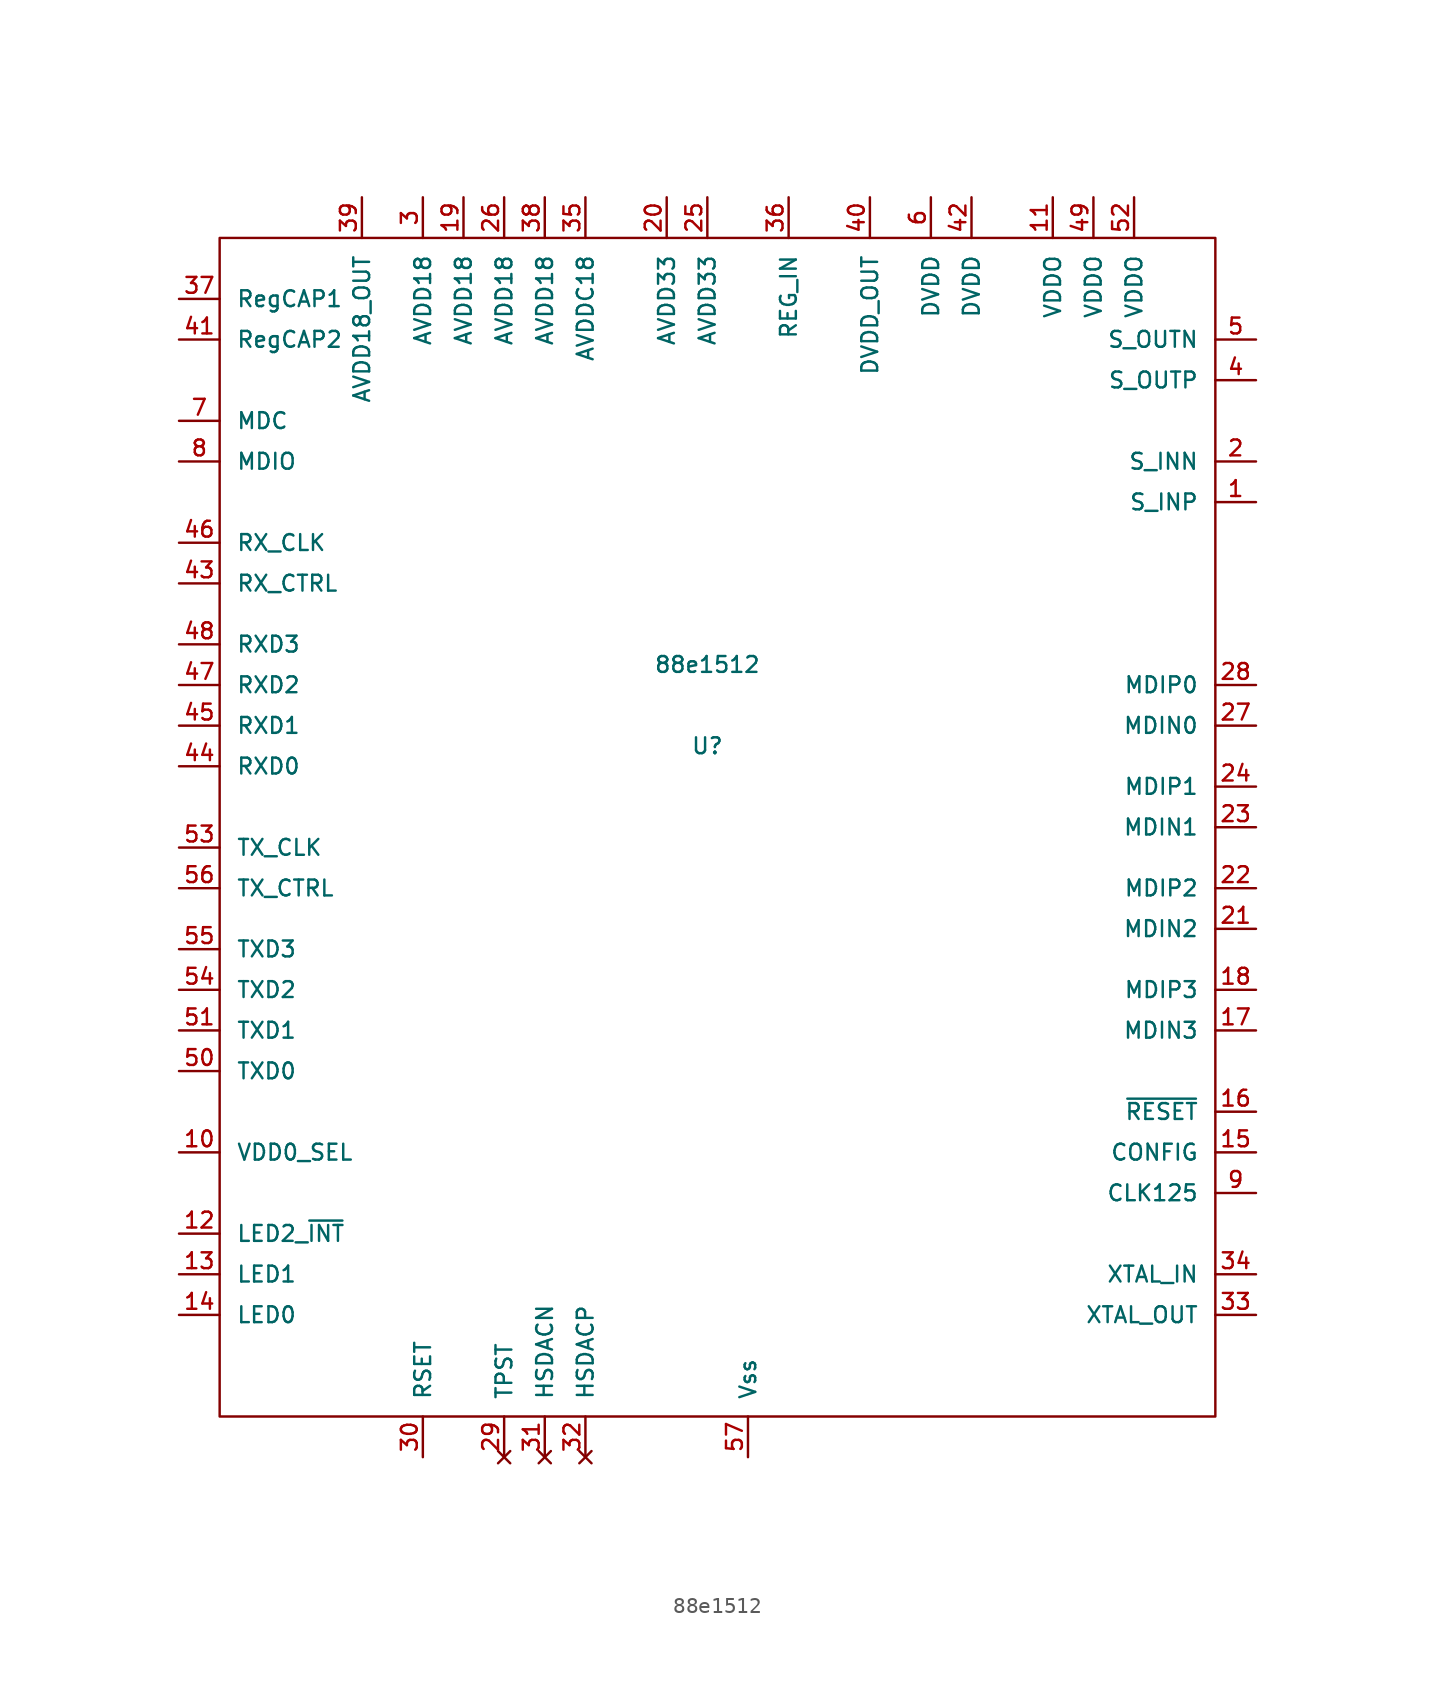
<source format=kicad_sym>
(kicad_symbol_lib
  (version 20211014)
  (generator kicad_symbol_editor)
  (symbol "88e1512"
    (pin_names
      (offset 1.016))
    (property "Reference" "U"
      (at 0 1.27 0)
      (effects (font (size 0.991 0.991))))
    (property "Value" "88e1512"
      (at 0 6.35 0)
      (effects (font (size 0.991 0.991))))
    (symbol "88e1512_0_1"
      (rectangle (start -30.48 33.02) (end 31.75 -40.64) (stroke (width 0) (type default) (color 0 0 0 0)) (fill (type none))))
    (symbol "88e1512_1_1"
      (pin input line (at 34.29 16.51 180) (length 2.54) (name "S_INP" (effects (font (size 0.991 0.991)))) (number "1" (effects (font (size 0.991 0.991)))))
      (pin input line (at -33.02 -24.13 0) (length 2.54) (name "VDD0_SEL" (effects (font (size 0.991 0.991)))) (number "10" (effects (font (size 0.991 0.991)))))
      (pin power_in line (at 21.59 35.56 270) (length 2.54) (name "VDDO" (effects (font (size 0.991 0.991)))) (number "11" (effects (font (size 0.991 0.991)))))
      (pin bidirectional line (at -33.02 -29.21 0) (length 2.54) (name "LED2_~{INT}" (effects (font (size 0.991 0.991)))) (number "12" (effects (font (size 0.991 0.991)))))
      (pin bidirectional line (at -33.02 -31.75 0) (length 2.54) (name "LED1" (effects (font (size 0.991 0.991)))) (number "13" (effects (font (size 0.991 0.991)))))
      (pin bidirectional line (at -33.02 -34.29 0) (length 2.54) (name "LED0" (effects (font (size 0.991 0.991)))) (number "14" (effects (font (size 0.991 0.991)))))
      (pin input line (at 34.29 -24.13 180) (length 2.54) (name "CONFIG" (effects (font (size 0.991 0.991)))) (number "15" (effects (font (size 0.991 0.991)))))
      (pin input line (at 34.29 -21.59 180) (length 2.54) (name "~{RESET}" (effects (font (size 0.991 0.991)))) (number "16" (effects (font (size 0.991 0.991)))))
      (pin bidirectional line (at 34.29 -16.51 180) (length 2.54) (name "MDIN3" (effects (font (size 0.991 0.991)))) (number "17" (effects (font (size 0.991 0.991)))))
      (pin bidirectional line (at 34.29 -13.97 180) (length 2.54) (name "MDIP3" (effects (font (size 0.991 0.991)))) (number "18" (effects (font (size 0.991 0.991)))))
      (pin power_in line (at -15.24 35.56 270) (length 2.54) (name "AVDD18" (effects (font (size 0.991 0.991)))) (number "19" (effects (font (size 0.991 0.991)))))
      (pin input line (at 34.29 19.05 180) (length 2.54) (name "S_INN" (effects (font (size 0.991 0.991)))) (number "2" (effects (font (size 0.991 0.991)))))
      (pin power_in line (at -2.54 35.56 270) (length 2.54) (name "AVDD33" (effects (font (size 0.991 0.991)))) (number "20" (effects (font (size 0.991 0.991)))))
      (pin bidirectional line (at 34.29 -10.16 180) (length 2.54) (name "MDIN2" (effects (font (size 0.991 0.991)))) (number "21" (effects (font (size 0.991 0.991)))))
      (pin bidirectional line (at 34.29 -7.62 180) (length 2.54) (name "MDIP2" (effects (font (size 0.991 0.991)))) (number "22" (effects (font (size 0.991 0.991)))))
      (pin bidirectional line (at 34.29 -3.81 180) (length 2.54) (name "MDIN1" (effects (font (size 0.991 0.991)))) (number "23" (effects (font (size 0.991 0.991)))))
      (pin bidirectional line (at 34.29 -1.27 180) (length 2.54) (name "MDIP1" (effects (font (size 0.991 0.991)))) (number "24" (effects (font (size 0.991 0.991)))))
      (pin power_in line (at 0 35.56 270) (length 2.54) (name "AVDD33" (effects (font (size 0.991 0.991)))) (number "25" (effects (font (size 0.991 0.991)))))
      (pin power_in line (at -12.7 35.56 270) (length 2.54) (name "AVDD18" (effects (font (size 0.991 0.991)))) (number "26" (effects (font (size 0.991 0.991)))))
      (pin bidirectional line (at 34.29 2.54 180) (length 2.54) (name "MDIN0" (effects (font (size 0.991 0.991)))) (number "27" (effects (font (size 0.991 0.991)))))
      (pin bidirectional line (at 34.29 5.08 180) (length 2.54) (name "MDIP0" (effects (font (size 0.991 0.991)))) (number "28" (effects (font (size 0.991 0.991)))))
      (pin no_connect line (at -12.7 -43.18 90) (length 2.54) (name "TPST" (effects (font (size 0.991 0.991)))) (number "29" (effects (font (size 0.991 0.991)))))
      (pin power_in line (at -17.78 35.56 270) (length 2.54) (name "AVDD18" (effects (font (size 0.991 0.991)))) (number "3" (effects (font (size 0.991 0.991)))))
      (pin input line (at -17.78 -43.18 90) (length 2.54) (name "RSET" (effects (font (size 0.991 0.991)))) (number "30" (effects (font (size 0.991 0.991)))))
      (pin no_connect line (at -10.16 -43.18 90) (length 2.54) (name "HSDACN" (effects (font (size 0.991 0.991)))) (number "31" (effects (font (size 0.991 0.991)))))
      (pin no_connect line (at -7.62 -43.18 90) (length 2.54) (name "HSDACP" (effects (font (size 0.991 0.991)))) (number "32" (effects (font (size 0.991 0.991)))))
      (pin output line (at 34.29 -34.29 180) (length 2.54) (name "XTAL_OUT" (effects (font (size 0.991 0.991)))) (number "33" (effects (font (size 0.991 0.991)))))
      (pin input line (at 34.29 -31.75 180) (length 2.54) (name "XTAL_IN" (effects (font (size 0.991 0.991)))) (number "34" (effects (font (size 0.991 0.991)))))
      (pin power_in line (at -7.62 35.56 270) (length 2.54) (name "AVDDC18" (effects (font (size 0.991 0.991)))) (number "35" (effects (font (size 0.991 0.991)))))
      (pin power_in line (at 5.08 35.56 270) (length 2.54) (name "REG_IN" (effects (font (size 0.991 0.991)))) (number "36" (effects (font (size 0.991 0.991)))))
      (pin power_in line (at -33.02 29.21 0) (length 2.54) (name "RegCAP1" (effects (font (size 0.991 0.991)))) (number "37" (effects (font (size 0.991 0.991)))))
      (pin power_in line (at -10.16 35.56 270) (length 2.54) (name "AVDD18" (effects (font (size 0.991 0.991)))) (number "38" (effects (font (size 0.991 0.991)))))
      (pin power_out line (at -21.59 35.56 270) (length 2.54) (name "AVDD18_OUT" (effects (font (size 0.991 0.991)))) (number "39" (effects (font (size 0.991 0.991)))))
      (pin output line (at 34.29 24.13 180) (length 2.54) (name "S_OUTP" (effects (font (size 0.991 0.991)))) (number "4" (effects (font (size 0.991 0.991)))))
      (pin power_out line (at 10.16 35.56 270) (length 2.54) (name "DVDD_OUT" (effects (font (size 0.991 0.991)))) (number "40" (effects (font (size 0.991 0.991)))))
      (pin power_in line (at -33.02 26.67 0) (length 2.54) (name "RegCAP2" (effects (font (size 0.991 0.991)))) (number "41" (effects (font (size 0.991 0.991)))))
      (pin power_in line (at 16.51 35.56 270) (length 2.54) (name "DVDD" (effects (font (size 0.991 0.991)))) (number "42" (effects (font (size 0.991 0.991)))))
      (pin output line (at -33.02 11.43 0) (length 2.54) (name "RX_CTRL" (effects (font (size 0.991 0.991)))) (number "43" (effects (font (size 0.991 0.991)))))
      (pin output line (at -33.02 0 0) (length 2.54) (name "RXD0" (effects (font (size 0.991 0.991)))) (number "44" (effects (font (size 0.991 0.991)))))
      (pin output line (at -33.02 2.54 0) (length 2.54) (name "RXD1" (effects (font (size 0.991 0.991)))) (number "45" (effects (font (size 0.991 0.991)))))
      (pin output line (at -33.02 13.97 0) (length 2.54) (name "RX_CLK" (effects (font (size 0.991 0.991)))) (number "46" (effects (font (size 0.991 0.991)))))
      (pin output line (at -33.02 5.08 0) (length 2.54) (name "RXD2" (effects (font (size 0.991 0.991)))) (number "47" (effects (font (size 0.991 0.991)))))
      (pin output line (at -33.02 7.62 0) (length 2.54) (name "RXD3" (effects (font (size 0.991 0.991)))) (number "48" (effects (font (size 0.991 0.991)))))
      (pin power_in line (at 24.13 35.56 270) (length 2.54) (name "VDDO" (effects (font (size 0.991 0.991)))) (number "49" (effects (font (size 0.991 0.991)))))
      (pin output line (at 34.29 26.67 180) (length 2.54) (name "S_OUTN" (effects (font (size 0.991 0.991)))) (number "5" (effects (font (size 0.991 0.991)))))
      (pin input line (at -33.02 -19.05 0) (length 2.54) (name "TXD0" (effects (font (size 0.991 0.991)))) (number "50" (effects (font (size 0.991 0.991)))))
      (pin input line (at -33.02 -16.51 0) (length 2.54) (name "TXD1" (effects (font (size 0.991 0.991)))) (number "51" (effects (font (size 0.991 0.991)))))
      (pin power_in line (at 26.67 35.56 270) (length 2.54) (name "VDDO" (effects (font (size 0.991 0.991)))) (number "52" (effects (font (size 0.991 0.991)))))
      (pin input line (at -33.02 -5.08 0) (length 2.54) (name "TX_CLK" (effects (font (size 0.991 0.991)))) (number "53" (effects (font (size 0.991 0.991)))))
      (pin input line (at -33.02 -13.97 0) (length 2.54) (name "TXD2" (effects (font (size 0.991 0.991)))) (number "54" (effects (font (size 0.991 0.991)))))
      (pin input line (at -33.02 -11.43 0) (length 2.54) (name "TXD3" (effects (font (size 0.991 0.991)))) (number "55" (effects (font (size 0.991 0.991)))))
      (pin input line (at -33.02 -7.62 0) (length 2.54) (name "TX_CTRL" (effects (font (size 0.991 0.991)))) (number "56" (effects (font (size 0.991 0.991)))))
      (pin power_in line (at 2.54 -43.18 90) (length 2.54) (name "Vss" (effects (font (size 0.991 0.991)))) (number "57" (effects (font (size 0.991 0.991)))))
      (pin power_in line (at 13.97 35.56 270) (length 2.54) (name "DVDD" (effects (font (size 0.991 0.991)))) (number "6" (effects (font (size 0.991 0.991)))))
      (pin input line (at -33.02 21.59 0) (length 2.54) (name "MDC" (effects (font (size 0.991 0.991)))) (number "7" (effects (font (size 0.991 0.991)))))
      (pin bidirectional line (at -33.02 19.05 0) (length 2.54) (name "MDIO" (effects (font (size 0.991 0.991)))) (number "8" (effects (font (size 0.991 0.991)))))
      (pin output line (at 34.29 -26.67 180) (length 2.54) (name "CLK125" (effects (font (size 0.991 0.991)))) (number "9" (effects (font (size 0.991 0.991))))))))
</source>
